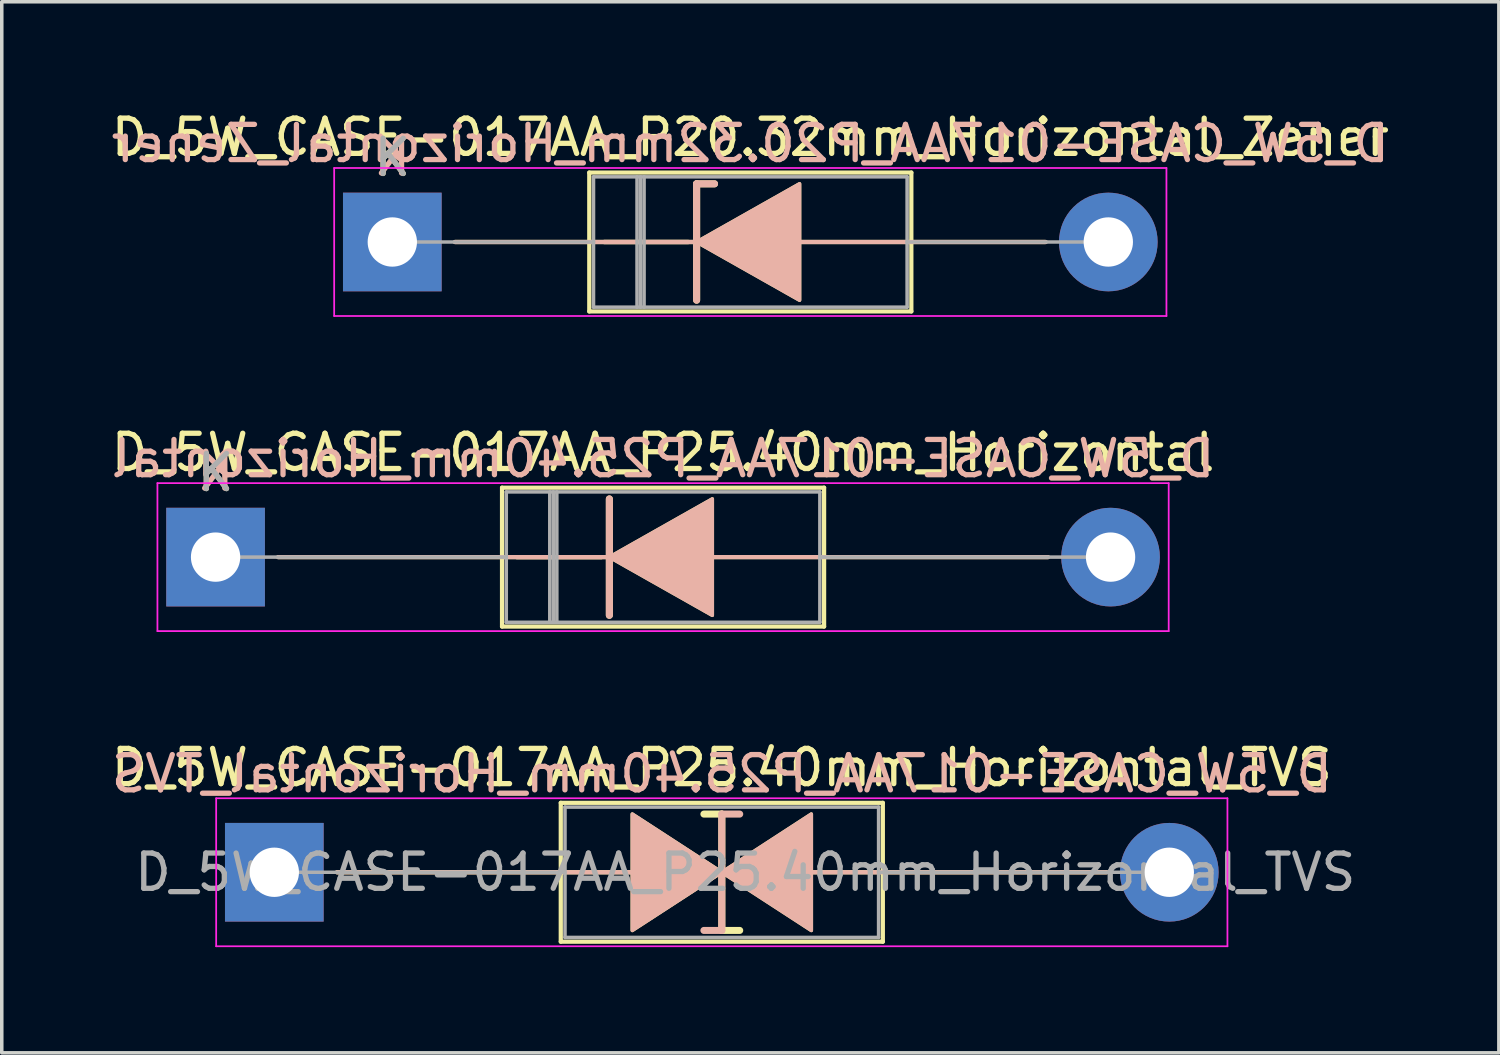
<source format=kicad_pcb>
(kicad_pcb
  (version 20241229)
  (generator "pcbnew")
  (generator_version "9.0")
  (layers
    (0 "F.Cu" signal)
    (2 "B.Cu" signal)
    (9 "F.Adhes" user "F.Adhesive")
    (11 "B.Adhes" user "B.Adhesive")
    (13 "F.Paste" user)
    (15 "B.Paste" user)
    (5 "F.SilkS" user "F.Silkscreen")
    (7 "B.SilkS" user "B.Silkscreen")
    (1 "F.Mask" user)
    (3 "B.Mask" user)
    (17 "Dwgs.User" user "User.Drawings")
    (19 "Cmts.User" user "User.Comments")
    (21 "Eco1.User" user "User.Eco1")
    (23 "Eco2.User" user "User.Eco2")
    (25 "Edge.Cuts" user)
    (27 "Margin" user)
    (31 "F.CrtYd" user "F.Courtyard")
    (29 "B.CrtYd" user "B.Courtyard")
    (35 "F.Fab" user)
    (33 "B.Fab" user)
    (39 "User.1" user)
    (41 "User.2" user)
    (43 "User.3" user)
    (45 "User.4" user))
  (footprint "D_5W_CASE-017AA_P25.40mm_Horizontal"
    (layer "F.Cu")
    (at 3.068 12.761)
    (property "Reference" "D_5W_CASE-017AA_P25.40mm_Horizontal" (at 12.7 -2.97 0) (layer "F.SilkS") (effects (font (size 1 1) (thickness 0.15))))
    (fp_line (start 1.778 0) (end 10.95 0) (stroke (width 0.12) (type solid)) (layer "F.SilkS"))
    (fp_line (start 8.13 -1.97) (end 8.13 1.97) (stroke (width 0.12) (type solid)) (layer "F.SilkS"))
    (fp_line (start 8.13 1.97) (end 17.27 1.97) (stroke (width 0.12) (type solid)) (layer "F.SilkS"))
    (fp_line (start 11.176 -1.651) (end 11.176 1.651) (stroke (width 0.2) (type solid)) (layer "F.SilkS"))
    (fp_line (start 11.176 0) (end 8.55 0) (stroke (width 0.12) (type solid)) (layer "F.SilkS"))
    (fp_line (start 17.27 -1.97) (end 8.13 -1.97) (stroke (width 0.12) (type solid)) (layer "F.SilkS"))
    (fp_line (start 17.27 1.97) (end 17.27 -1.97) (stroke (width 0.12) (type solid)) (layer "F.SilkS"))
    (fp_line (start 23.622 0) (end 13.97 0) (stroke (width 0.12) (type solid)) (layer "F.SilkS"))
    (fp_poly (pts (xy 14.097 1.651) (xy 11.176 0) (xy 14.097 -1.651)) (stroke (width 0.1) (type solid)) (fill yes) (layer "F.SilkS"))
    (fp_line (start 1.778 0) (end 10.95 0) (stroke (width 0.12) (type solid)) (layer "B.SilkS"))
    (fp_line (start 11.176 0) (end 8.55 0) (stroke (width 0.12) (type solid)) (layer "B.SilkS"))
    (fp_line (start 11.176 1.651) (end 11.176 -1.651) (stroke (width 0.2) (type solid)) (layer "B.SilkS"))
    (fp_line (start 23.622 0) (end 13.97 0) (stroke (width 0.12) (type solid)) (layer "B.SilkS"))
    (fp_poly (pts (xy 14.097 -1.651) (xy 11.176 0) (xy 14.097 1.651)) (stroke (width 0.1) (type solid)) (fill yes) (layer "B.SilkS"))
    (fp_line (start -1.65 -2.1) (end -1.65 2.1) (stroke (width 0.05) (type solid)) (layer "F.CrtYd"))
    (fp_line (start -1.65 2.1) (end 27.05 2.1) (stroke (width 0.05) (type solid)) (layer "F.CrtYd"))
    (fp_line (start 27.05 -2.1) (end -1.65 -2.1) (stroke (width 0.05) (type solid)) (layer "F.CrtYd"))
    (fp_line (start 27.05 2.1) (end 27.05 -2.1) (stroke (width 0.05) (type solid)) (layer "F.CrtYd"))
    (fp_line (start 0 0) (end 8.25 0) (stroke (width 0.1) (type solid)) (layer "F.Fab"))
    (fp_line (start 8.25 -1.85) (end 8.25 1.85) (stroke (width 0.1) (type solid)) (layer "F.Fab"))
    (fp_line (start 8.25 1.85) (end 17.15 1.85) (stroke (width 0.1) (type solid)) (layer "F.Fab"))
    (fp_line (start 9.485 -1.85) (end 9.485 1.85) (stroke (width 0.1) (type solid)) (layer "F.Fab"))
    (fp_line (start 9.585 -1.85) (end 9.585 1.85) (stroke (width 0.1) (type solid)) (layer "F.Fab"))
    (fp_line (start 9.685 -1.85) (end 9.685 1.85) (stroke (width 0.1) (type solid)) (layer "F.Fab"))
    (fp_line (start 17.15 -1.85) (end 8.25 -1.85) (stroke (width 0.1) (type solid)) (layer "F.Fab"))
    (fp_line (start 17.15 1.85) (end 17.15 -1.85) (stroke (width 0.1) (type solid)) (layer "F.Fab"))
    (fp_line (start 25.4 0) (end 17.15 0) (stroke (width 0.1) (type solid)) (layer "F.Fab"))
    (fp_text user "K" (at 0 -2.4 0) (layer "F.SilkS") (effects (font (size 1 1) (thickness 0.15))))
    (fp_text user "K" (at 0 -2.413 0) (layer "B.SilkS") (effects (font (size 1 1) (thickness 0.15)) (justify mirror)))
    (fp_text user "${REFERENCE}" (at 12.7 -2.794 0) (layer "B.SilkS") (effects (font (size 1 1) (thickness 0.15)) (justify mirror)))
    (fp_text user "K" (at 0 -2.4 0) (layer "F.Fab") (effects (font (size 1 1) (thickness 0.15))))
    (pad "1" thru_hole rect (at 0 0) (size 2.8 2.8) (drill 1.4) (layers "*.Cu" "*.Mask"))
    (pad "2" thru_hole oval (at 25.4 0) (size 2.8 2.8) (drill 1.4) (layers "*.Cu" "*.Mask")))
  (footprint "D_5W_CASE-017AA_P25.40mm_Horizontal_TVS"
    (layer "F.Cu")
    (at 4.735 21.705)
    (property "Reference" "D_5W_CASE-017AA_P25.40mm_Horizontal_TVS" (at 12.7 -2.97 0) (layer "F.SilkS") (effects (font (size 1 1) (thickness 0.15))))
    (fp_line (start 1.778 0) (end 8.13 0) (stroke (width 0.12) (type solid)) (layer "F.SilkS"))
    (fp_line (start 8.128 0) (end 10.16 0) (stroke (width 0.12) (type solid)) (layer "F.SilkS"))
    (fp_line (start 8.13 -1.97) (end 8.13 1.97) (stroke (width 0.12) (type solid)) (layer "F.SilkS"))
    (fp_line (start 8.13 1.97) (end 17.27 1.97) (stroke (width 0.12) (type solid)) (layer "F.SilkS"))
    (fp_line (start 12.7 -1.651) (end 12.192 -1.651) (stroke (width 0.2) (type solid)) (layer "F.SilkS"))
    (fp_line (start 12.7 1.651) (end 12.7 -1.651) (stroke (width 0.2) (type solid)) (layer "F.SilkS"))
    (fp_line (start 13.208 1.651) (end 12.7 1.651) (stroke (width 0.2) (type solid)) (layer "F.SilkS"))
    (fp_line (start 17.27 -1.97) (end 8.13 -1.97) (stroke (width 0.12) (type solid)) (layer "F.SilkS"))
    (fp_line (start 17.27 0) (end 15.24 0) (stroke (width 0.12) (type solid)) (layer "F.SilkS"))
    (fp_line (start 17.27 1.97) (end 17.27 -1.97) (stroke (width 0.12) (type solid)) (layer "F.SilkS"))
    (fp_line (start 23.622 0) (end 17.27 0) (stroke (width 0.12) (type solid)) (layer "F.SilkS"))
    (fp_poly (pts (xy 12.7 0) (xy 10.16 1.651) (xy 10.16 -1.651)) (stroke (width 0.1) (type solid)) (fill yes) (layer "F.SilkS"))
    (fp_poly (pts (xy 12.7 0) (xy 15.24 -1.651) (xy 15.24 1.651)) (stroke (width 0.1) (type solid)) (fill yes) (layer "F.SilkS"))
    (fp_line (start 1.778 0) (end 8.13 0) (stroke (width 0.12) (type solid)) (layer "B.SilkS"))
    (fp_line (start 8.128 0) (end 10.16 0) (stroke (width 0.12) (type solid)) (layer "B.SilkS"))
    (fp_line (start 12.7 -1.651) (end 12.7 1.651) (stroke (width 0.2) (type solid)) (layer "B.SilkS"))
    (fp_line (start 12.7 1.651) (end 12.192 1.651) (stroke (width 0.2) (type solid)) (layer "B.SilkS"))
    (fp_line (start 13.208 -1.651) (end 12.7 -1.651) (stroke (width 0.2) (type solid)) (layer "B.SilkS"))
    (fp_line (start 17.27 0) (end 15.24 0) (stroke (width 0.12) (type solid)) (layer "B.SilkS"))
    (fp_line (start 23.622 0) (end 17.27 0) (stroke (width 0.12) (type solid)) (layer "B.SilkS"))
    (fp_poly (pts (xy 12.7 0) (xy 10.16 -1.651) (xy 10.16 1.651)) (stroke (width 0.1) (type solid)) (fill yes) (layer "B.SilkS"))
    (fp_poly (pts (xy 12.7 0) (xy 15.24 1.651) (xy 15.24 -1.651)) (stroke (width 0.1) (type solid)) (fill yes) (layer "B.SilkS"))
    (fp_line (start -1.65 -2.1) (end -1.65 2.1) (stroke (width 0.05) (type solid)) (layer "F.CrtYd"))
    (fp_line (start -1.65 2.1) (end 27.05 2.1) (stroke (width 0.05) (type solid)) (layer "F.CrtYd"))
    (fp_line (start 27.05 -2.1) (end -1.65 -2.1) (stroke (width 0.05) (type solid)) (layer "F.CrtYd"))
    (fp_line (start 27.05 2.1) (end 27.05 -2.1) (stroke (width 0.05) (type solid)) (layer "F.CrtYd"))
    (fp_line (start 0 0) (end 8.25 0) (stroke (width 0.1) (type solid)) (layer "F.Fab"))
    (fp_line (start 8.25 -1.85) (end 8.25 1.85) (stroke (width 0.1) (type solid)) (layer "F.Fab"))
    (fp_line (start 8.25 1.85) (end 17.15 1.85) (stroke (width 0.1) (type solid)) (layer "F.Fab"))
    (fp_line (start 17.15 -1.85) (end 8.25 -1.85) (stroke (width 0.1) (type solid)) (layer "F.Fab"))
    (fp_line (start 17.15 1.85) (end 17.15 -1.85) (stroke (width 0.1) (type solid)) (layer "F.Fab"))
    (fp_line (start 25.4 0) (end 17.15 0) (stroke (width 0.1) (type solid)) (layer "F.Fab"))
    (fp_text user "${REFERENCE}" (at 12.7 -2.794 0) (layer "B.SilkS") (effects (font (size 1 1) (thickness 0.15)) (justify mirror)))
    (fp_text user "${REFERENCE}" (at 13.367 0 0) (layer "F.Fab") (effects (font (size 1 1) (thickness 0.15))))
    (pad "1" thru_hole rect (at 0 0) (size 2.8 2.8) (drill 1.4) (layers "*.Cu" "*.Mask"))
    (pad "2" thru_hole oval (at 25.4 0) (size 2.8 2.8) (drill 1.4) (layers "*.Cu" "*.Mask")))
  (footprint "D_5W_CASE-017AA_P20.32mm_Horizontal_Zener"
    (layer "F.Cu")
    (at 8.084 3.818)
    (property "Reference" "D_5W_CASE-017AA_P20.32mm_Horizontal_Zener" (at 10.16 -2.97 0) (layer "F.SilkS") (effects (font (size 1 1) (thickness 0.15))))
    (fp_line (start 1.778 0) (end 8.41 0) (stroke (width 0.12) (type solid)) (layer "F.SilkS"))
    (fp_line (start 5.59 -1.97) (end 5.59 1.97) (stroke (width 0.12) (type solid)) (layer "F.SilkS"))
    (fp_line (start 5.59 1.97) (end 14.73 1.97) (stroke (width 0.12) (type solid)) (layer "F.SilkS"))
    (fp_line (start 8.636 -1.651) (end 8.636 1.651) (stroke (width 0.2) (type solid)) (layer "F.SilkS"))
    (fp_line (start 8.636 -1.651) (end 9.144 -1.651) (stroke (width 0.2) (type solid)) (layer "F.SilkS"))
    (fp_line (start 8.636 0) (end 6.01 0) (stroke (width 0.12) (type solid)) (layer "F.SilkS"))
    (fp_line (start 14.73 -1.97) (end 5.59 -1.97) (stroke (width 0.12) (type solid)) (layer "F.SilkS"))
    (fp_line (start 14.73 1.97) (end 14.73 -1.97) (stroke (width 0.12) (type solid)) (layer "F.SilkS"))
    (fp_line (start 18.542 0) (end 11.43 0) (stroke (width 0.12) (type solid)) (layer "F.SilkS"))
    (fp_poly (pts (xy 11.557 1.651) (xy 8.636 0) (xy 11.557 -1.651)) (stroke (width 0.1) (type solid)) (fill yes) (layer "F.SilkS"))
    (fp_line (start 1.778 0) (end 8.41 0) (stroke (width 0.12) (type solid)) (layer "B.SilkS"))
    (fp_line (start 8.636 -1.651) (end 9.144 -1.651) (stroke (width 0.2) (type solid)) (layer "B.SilkS"))
    (fp_line (start 8.636 0) (end 6.01 0) (stroke (width 0.12) (type solid)) (layer "B.SilkS"))
    (fp_line (start 8.636 1.651) (end 8.636 -1.651) (stroke (width 0.2) (type solid)) (layer "B.SilkS"))
    (fp_line (start 18.542 0) (end 11.43 0) (stroke (width 0.12) (type solid)) (layer "B.SilkS"))
    (fp_poly (pts (xy 11.557 -1.651) (xy 8.636 0) (xy 11.557 1.651)) (stroke (width 0.1) (type solid)) (fill yes) (layer "B.SilkS"))
    (fp_line (start -1.65 -2.1) (end -1.65 2.1) (stroke (width 0.05) (type solid)) (layer "F.CrtYd"))
    (fp_line (start -1.65 2.1) (end 21.97 2.1) (stroke (width 0.05) (type solid)) (layer "F.CrtYd"))
    (fp_line (start 21.97 -2.1) (end -1.65 -2.1) (stroke (width 0.05) (type solid)) (layer "F.CrtYd"))
    (fp_line (start 21.97 2.1) (end 21.97 -2.1) (stroke (width 0.05) (type solid)) (layer "F.CrtYd"))
    (fp_line (start 0 0) (end 5.71 0) (stroke (width 0.1) (type solid)) (layer "F.Fab"))
    (fp_line (start 5.71 -1.85) (end 5.71 1.85) (stroke (width 0.1) (type solid)) (layer "F.Fab"))
    (fp_line (start 5.71 1.85) (end 14.61 1.85) (stroke (width 0.1) (type solid)) (layer "F.Fab"))
    (fp_line (start 6.945 -1.85) (end 6.945 1.85) (stroke (width 0.1) (type solid)) (layer "F.Fab"))
    (fp_line (start 7.045 -1.85) (end 7.045 1.85) (stroke (width 0.1) (type solid)) (layer "F.Fab"))
    (fp_line (start 7.145 -1.85) (end 7.145 1.85) (stroke (width 0.1) (type solid)) (layer "F.Fab"))
    (fp_line (start 14.61 -1.85) (end 5.71 -1.85) (stroke (width 0.1) (type solid)) (layer "F.Fab"))
    (fp_line (start 14.61 1.85) (end 14.61 -1.85) (stroke (width 0.1) (type solid)) (layer "F.Fab"))
    (fp_line (start 20.32 0) (end 14.61 0) (stroke (width 0.1) (type solid)) (layer "F.Fab"))
    (fp_text user "K" (at 0 -2.4 0) (layer "F.SilkS") (effects (font (size 1 1) (thickness 0.15))))
    (fp_text user "K" (at 0 -2.413 0) (layer "B.SilkS") (effects (font (size 1 1) (thickness 0.15)) (justify mirror)))
    (fp_text user "${REFERENCE}" (at 10.16 -2.794 0) (layer "B.SilkS") (effects (font (size 1 1) (thickness 0.15)) (justify mirror)))
    (fp_text user "K" (at 0 -2.4 0) (layer "F.Fab") (effects (font (size 1 1) (thickness 0.15))))
    (pad "1" thru_hole rect (at 0 0) (size 2.8 2.8) (drill 1.4) (layers "*.Cu" "*.Mask"))
    (pad "2" thru_hole oval (at 20.32 0) (size 2.8 2.8) (drill 1.4) (layers "*.Cu" "*.Mask")))
  (gr_rect
    (start -3 -3)
    (end 39.488 26.83)
    (stroke (width 0.1) (type default))
    (fill no)
    (layer "Edge.Cuts")))
</source>
